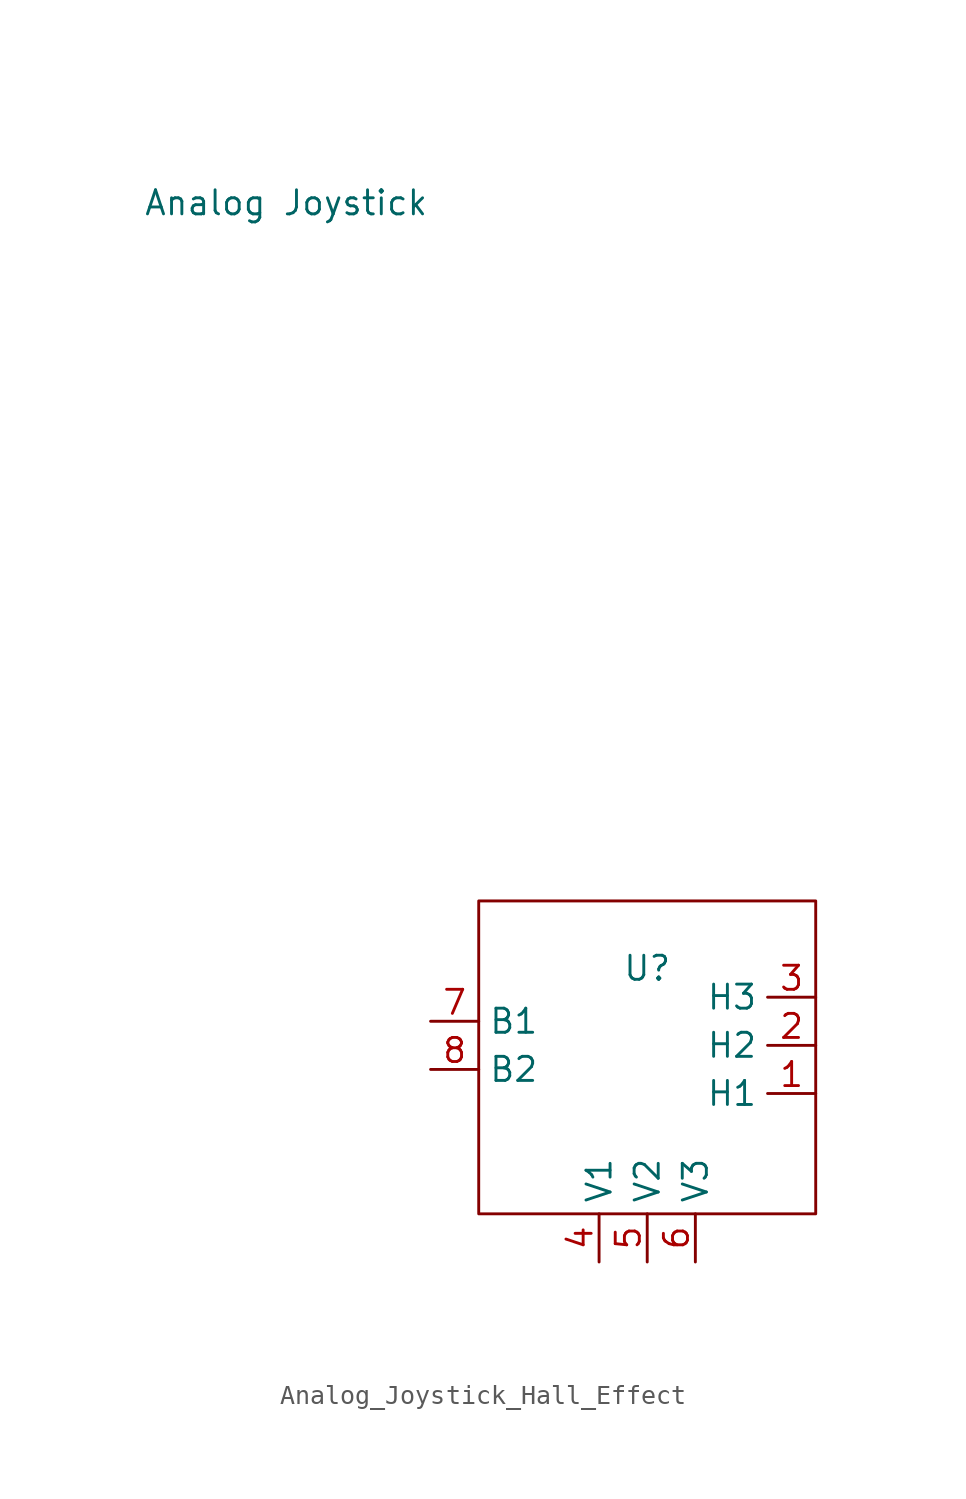
<source format=kicad_sym>
(kicad_symbol_lib
  (version 20241209)
  (generator "kicad_symbol_editor")
  (generator_version "9.0")
  (symbol "Analog_Joystick_Hall_Effect"
    (property "Reference" "U"
      (at 0 5.334 0)
      (effects (font (size 1.27 1.27))))
    (property "Value" "Analog Joystick"
      (at -19.05 45.72 0)
      (effects (font (size 1.27 1.27))))
    (symbol "Analog_Joystick_Hall_Effect_0_1"
      (rectangle (start -8.89 8.89) (end 8.89 -7.62) (stroke (width 0) (type default)) (fill (type none))))
    (symbol "Analog_Joystick_Hall_Effect_1_1"
      (pin bidirectional line (at -11.43 2.54 0) (length 2.54) (name "B1" (effects (font (size 1.27 1.27)))) (number "7" (effects (font (size 1.27 1.27)))))
      (pin bidirectional line (at -11.43 0 0) (length 2.54) (name "B2" (effects (font (size 1.27 1.27)))) (number "8" (effects (font (size 1.27 1.27)))))
      (pin bidirectional line (at -2.54 -10.16 90) (length 2.54) (name "V1" (effects (font (size 1.27 1.27)))) (number "4" (effects (font (size 1.27 1.27)))))
      (pin bidirectional line (at 0 -10.16 90) (length 2.54) (name "V2" (effects (font (size 1.27 1.27)))) (number "5" (effects (font (size 1.27 1.27)))))
      (pin bidirectional line (at 2.54 -10.16 90) (length 2.54) (name "V3" (effects (font (size 1.27 1.27)))) (number "6" (effects (font (size 1.27 1.27)))))
      (pin bidirectional line (at 8.89 3.81 180) (length 2.54) (name "H3" (effects (font (size 1.27 1.27)))) (number "3" (effects (font (size 1.27 1.27)))))
      (pin bidirectional line (at 8.89 1.27 180) (length 2.54) (name "H2" (effects (font (size 1.27 1.27)))) (number "2" (effects (font (size 1.27 1.27)))))
      (pin bidirectional line (at 8.89 -1.27 180) (length 2.54) (name "H1" (effects (font (size 1.27 1.27)))) (number "1" (effects (font (size 1.27 1.27))))))))
</source>
